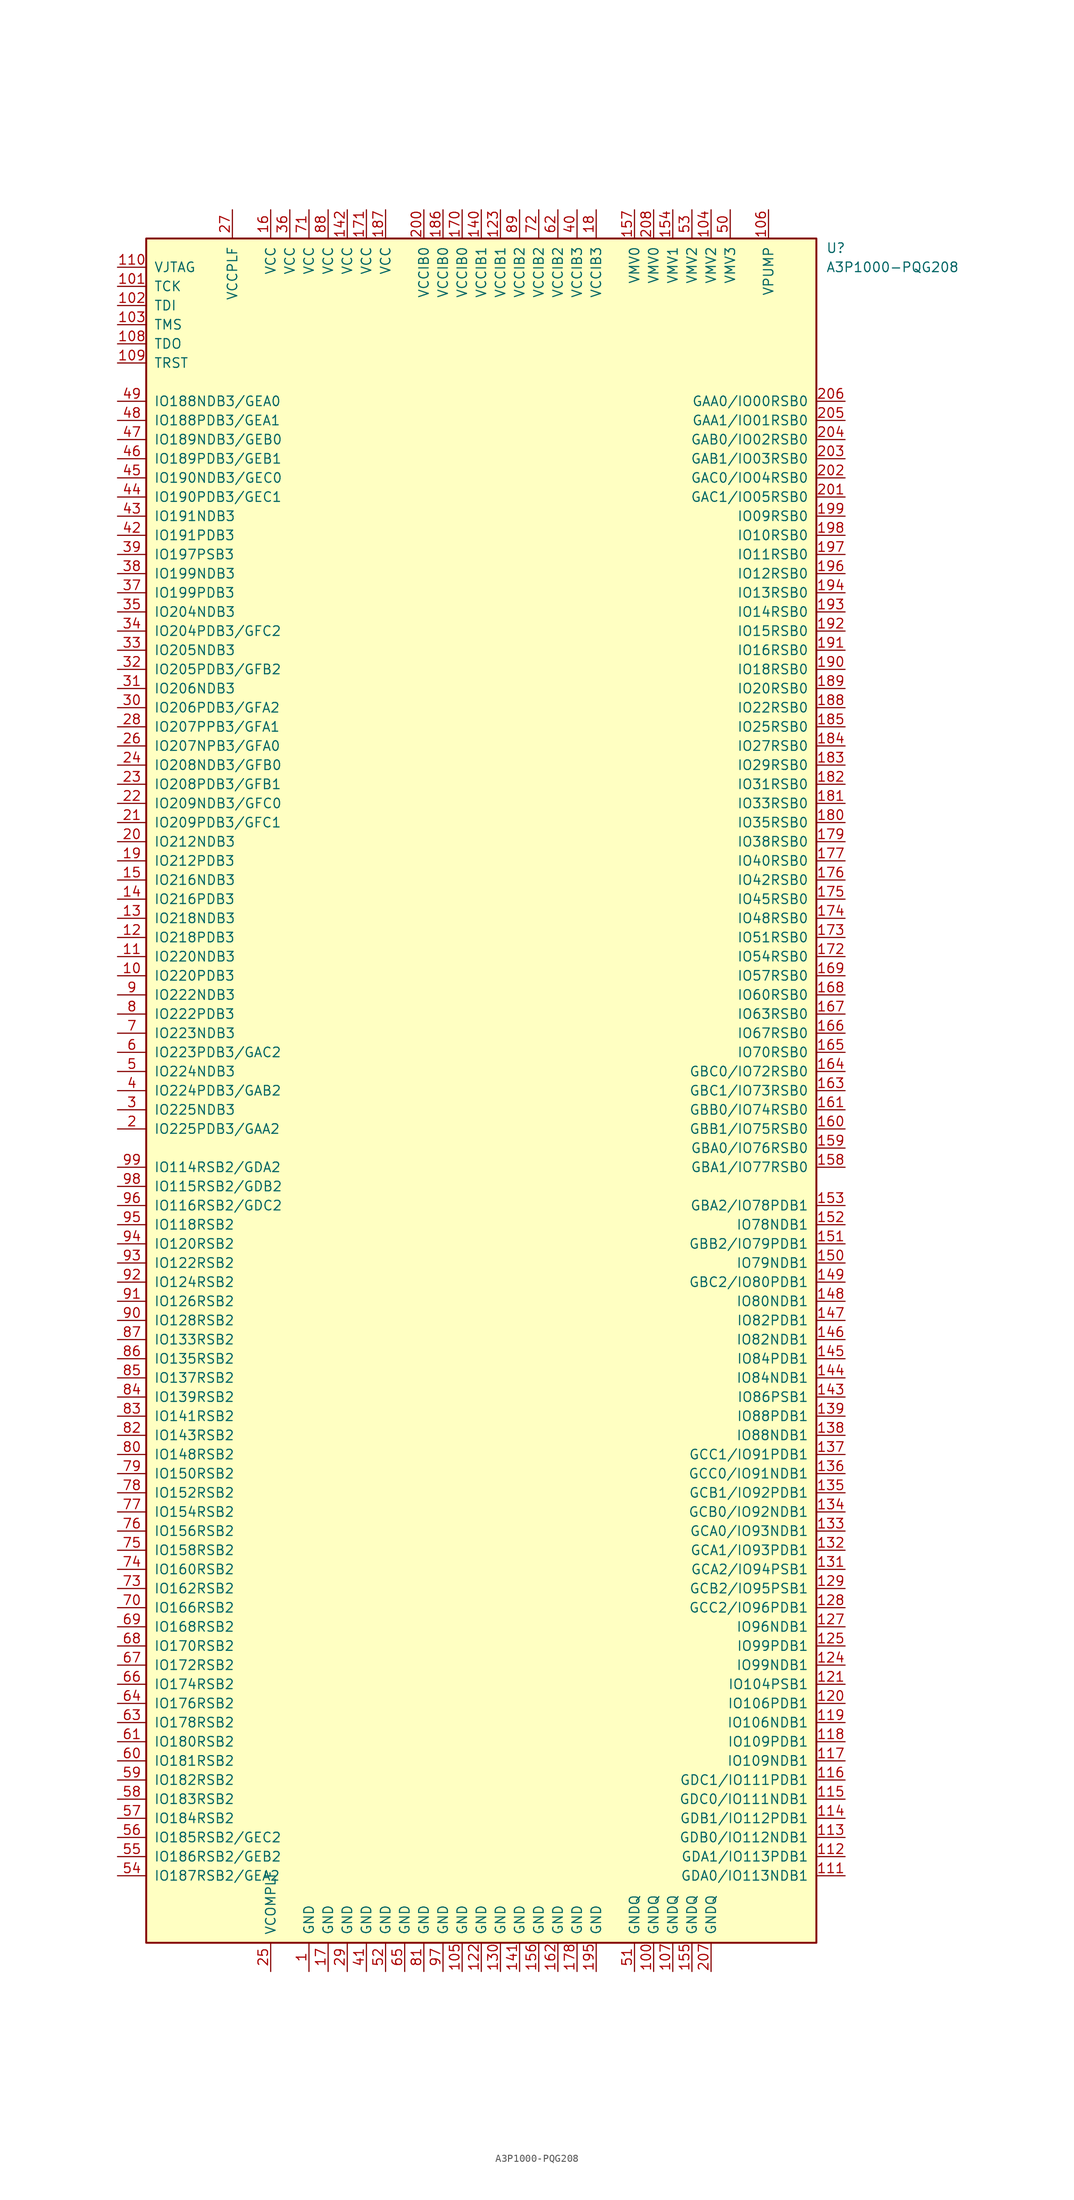
<source format=kicad_sym>
(kicad_symbol_lib
  (version 20201005)
  (generator kicad_symbol_editor)
  (symbol "A3P1000-PQG208"
    (pin_names
      (offset 1.016))
    (property "Reference" "U"
      (at 45.72 111.76 0)
      (effects (font (size 1.27 1.27)) (justify left)))
    (property "Value" "A3P1000-PQG208"
      (at 45.72 109.22 0)
      (effects (font (size 1.27 1.27)) (justify left)))
    (symbol "A3P1000-PQG208_1_0"
      (rectangle (start -44.45 -113.03) (end 44.45 113.03) (stroke (width 0.254)) (fill (type background))))
    (symbol "A3P1000-PQG208_1_1"
      (pin power_in line (at -22.86 -116.84 90) (length 3.81) (name "GND" (effects (font (size 1.27 1.27)))) (number "1" (effects (font (size 1.27 1.27)))))
      (pin bidirectional line (at -48.26 15.24 0) (length 3.81) (name "IO220PDB3" (effects (font (size 1.27 1.27)))) (number "10" (effects (font (size 1.27 1.27)))))
      (pin power_in line (at 22.86 -116.84 90) (length 3.81) (name "GNDQ" (effects (font (size 1.27 1.27)))) (number "100" (effects (font (size 1.27 1.27)))))
      (pin bidirectional line (at -48.26 106.68 0) (length 3.81) (name "TCK" (effects (font (size 1.27 1.27)))) (number "101" (effects (font (size 1.27 1.27)))))
      (pin bidirectional line (at -48.26 104.14 0) (length 3.81) (name "TDI" (effects (font (size 1.27 1.27)))) (number "102" (effects (font (size 1.27 1.27)))))
      (pin bidirectional line (at -48.26 101.6 0) (length 3.81) (name "TMS" (effects (font (size 1.27 1.27)))) (number "103" (effects (font (size 1.27 1.27)))))
      (pin power_in line (at 30.48 116.84 270) (length 3.81) (name "VMV2" (effects (font (size 1.27 1.27)))) (number "104" (effects (font (size 1.27 1.27)))))
      (pin power_in line (at -2.54 -116.84 90) (length 3.81) (name "GND" (effects (font (size 1.27 1.27)))) (number "105" (effects (font (size 1.27 1.27)))))
      (pin power_in line (at 38.1 116.84 270) (length 3.81) (name "VPUMP" (effects (font (size 1.27 1.27)))) (number "106" (effects (font (size 1.27 1.27)))))
      (pin power_in line (at 25.4 -116.84 90) (length 3.81) (name "GNDQ" (effects (font (size 1.27 1.27)))) (number "107" (effects (font (size 1.27 1.27)))))
      (pin bidirectional line (at -48.26 99.06 0) (length 3.81) (name "TDO" (effects (font (size 1.27 1.27)))) (number "108" (effects (font (size 1.27 1.27)))))
      (pin bidirectional line (at -48.26 96.52 0) (length 3.81) (name "TRST" (effects (font (size 1.27 1.27)))) (number "109" (effects (font (size 1.27 1.27)))))
      (pin bidirectional line (at -48.26 17.78 0) (length 3.81) (name "IO220NDB3" (effects (font (size 1.27 1.27)))) (number "11" (effects (font (size 1.27 1.27)))))
      (pin power_in line (at -48.26 109.22 0) (length 3.81) (name "VJTAG" (effects (font (size 1.27 1.27)))) (number "110" (effects (font (size 1.27 1.27)))))
      (pin bidirectional line (at 48.26 -104.14 180) (length 3.81) (name "GDA0/IO113NDB1" (effects (font (size 1.27 1.27)))) (number "111" (effects (font (size 1.27 1.27)))))
      (pin bidirectional line (at 48.26 -101.6 180) (length 3.81) (name "GDA1/IO113PDB1" (effects (font (size 1.27 1.27)))) (number "112" (effects (font (size 1.27 1.27)))))
      (pin bidirectional line (at 48.26 -99.06 180) (length 3.81) (name "GDB0/IO112NDB1" (effects (font (size 1.27 1.27)))) (number "113" (effects (font (size 1.27 1.27)))))
      (pin bidirectional line (at 48.26 -96.52 180) (length 3.81) (name "GDB1/IO112PDB1" (effects (font (size 1.27 1.27)))) (number "114" (effects (font (size 1.27 1.27)))))
      (pin bidirectional line (at 48.26 -93.98 180) (length 3.81) (name "GDC0/IO111NDB1" (effects (font (size 1.27 1.27)))) (number "115" (effects (font (size 1.27 1.27)))))
      (pin bidirectional line (at 48.26 -91.44 180) (length 3.81) (name "GDC1/IO111PDB1" (effects (font (size 1.27 1.27)))) (number "116" (effects (font (size 1.27 1.27)))))
      (pin bidirectional line (at 48.26 -88.9 180) (length 3.81) (name "IO109NDB1" (effects (font (size 1.27 1.27)))) (number "117" (effects (font (size 1.27 1.27)))))
      (pin bidirectional line (at 48.26 -86.36 180) (length 3.81) (name "IO109PDB1" (effects (font (size 1.27 1.27)))) (number "118" (effects (font (size 1.27 1.27)))))
      (pin bidirectional line (at 48.26 -83.82 180) (length 3.81) (name "IO106NDB1" (effects (font (size 1.27 1.27)))) (number "119" (effects (font (size 1.27 1.27)))))
      (pin bidirectional line (at -48.26 20.32 0) (length 3.81) (name "IO218PDB3" (effects (font (size 1.27 1.27)))) (number "12" (effects (font (size 1.27 1.27)))))
      (pin bidirectional line (at 48.26 -81.28 180) (length 3.81) (name "IO106PDB1" (effects (font (size 1.27 1.27)))) (number "120" (effects (font (size 1.27 1.27)))))
      (pin bidirectional line (at 48.26 -78.74 180) (length 3.81) (name "IO104PSB1" (effects (font (size 1.27 1.27)))) (number "121" (effects (font (size 1.27 1.27)))))
      (pin power_in line (at 0 -116.84 90) (length 3.81) (name "GND" (effects (font (size 1.27 1.27)))) (number "122" (effects (font (size 1.27 1.27)))))
      (pin power_in line (at 2.54 116.84 270) (length 3.81) (name "VCCIB1" (effects (font (size 1.27 1.27)))) (number "123" (effects (font (size 1.27 1.27)))))
      (pin bidirectional line (at 48.26 -76.2 180) (length 3.81) (name "IO99NDB1" (effects (font (size 1.27 1.27)))) (number "124" (effects (font (size 1.27 1.27)))))
      (pin bidirectional line (at 48.26 -73.66 180) (length 3.81) (name "IO99PDB1" (effects (font (size 1.27 1.27)))) (number "125" (effects (font (size 1.27 1.27)))))
      (pin bidirectional line (at 48.26 -71.12 180) (length 3.81) (name "IO96NDB1" (effects (font (size 1.27 1.27)))) (number "127" (effects (font (size 1.27 1.27)))))
      (pin bidirectional line (at 48.26 -68.58 180) (length 3.81) (name "GCC2/IO96PDB1" (effects (font (size 1.27 1.27)))) (number "128" (effects (font (size 1.27 1.27)))))
      (pin bidirectional line (at 48.26 -66.04 180) (length 3.81) (name "GCB2/IO95PSB1" (effects (font (size 1.27 1.27)))) (number "129" (effects (font (size 1.27 1.27)))))
      (pin bidirectional line (at -48.26 22.86 0) (length 3.81) (name "IO218NDB3" (effects (font (size 1.27 1.27)))) (number "13" (effects (font (size 1.27 1.27)))))
      (pin power_in line (at 2.54 -116.84 90) (length 3.81) (name "GND" (effects (font (size 1.27 1.27)))) (number "130" (effects (font (size 1.27 1.27)))))
      (pin bidirectional line (at 48.26 -63.5 180) (length 3.81) (name "GCA2/IO94PSB1" (effects (font (size 1.27 1.27)))) (number "131" (effects (font (size 1.27 1.27)))))
      (pin bidirectional line (at 48.26 -60.96 180) (length 3.81) (name "GCA1/IO93PDB1" (effects (font (size 1.27 1.27)))) (number "132" (effects (font (size 1.27 1.27)))))
      (pin bidirectional line (at 48.26 -58.42 180) (length 3.81) (name "GCA0/IO93NDB1" (effects (font (size 1.27 1.27)))) (number "133" (effects (font (size 1.27 1.27)))))
      (pin bidirectional line (at 48.26 -55.88 180) (length 3.81) (name "GCB0/IO92NDB1" (effects (font (size 1.27 1.27)))) (number "134" (effects (font (size 1.27 1.27)))))
      (pin bidirectional line (at 48.26 -53.34 180) (length 3.81) (name "GCB1/IO92PDB1" (effects (font (size 1.27 1.27)))) (number "135" (effects (font (size 1.27 1.27)))))
      (pin bidirectional line (at 48.26 -50.8 180) (length 3.81) (name "GCC0/IO91NDB1" (effects (font (size 1.27 1.27)))) (number "136" (effects (font (size 1.27 1.27)))))
      (pin bidirectional line (at 48.26 -48.26 180) (length 3.81) (name "GCC1/IO91PDB1" (effects (font (size 1.27 1.27)))) (number "137" (effects (font (size 1.27 1.27)))))
      (pin bidirectional line (at 48.26 -45.72 180) (length 3.81) (name "IO88NDB1" (effects (font (size 1.27 1.27)))) (number "138" (effects (font (size 1.27 1.27)))))
      (pin bidirectional line (at 48.26 -43.18 180) (length 3.81) (name "IO88PDB1" (effects (font (size 1.27 1.27)))) (number "139" (effects (font (size 1.27 1.27)))))
      (pin bidirectional line (at -48.26 25.4 0) (length 3.81) (name "IO216PDB3" (effects (font (size 1.27 1.27)))) (number "14" (effects (font (size 1.27 1.27)))))
      (pin power_in line (at 0 116.84 270) (length 3.81) (name "VCCIB1" (effects (font (size 1.27 1.27)))) (number "140" (effects (font (size 1.27 1.27)))))
      (pin power_in line (at 5.08 -116.84 90) (length 3.81) (name "GND" (effects (font (size 1.27 1.27)))) (number "141" (effects (font (size 1.27 1.27)))))
      (pin power_in line (at -17.78 116.84 270) (length 3.81) (name "VCC" (effects (font (size 1.27 1.27)))) (number "142" (effects (font (size 1.27 1.27)))))
      (pin bidirectional line (at 48.26 -40.64 180) (length 3.81) (name "IO86PSB1" (effects (font (size 1.27 1.27)))) (number "143" (effects (font (size 1.27 1.27)))))
      (pin bidirectional line (at 48.26 -38.1 180) (length 3.81) (name "IO84NDB1" (effects (font (size 1.27 1.27)))) (number "144" (effects (font (size 1.27 1.27)))))
      (pin bidirectional line (at 48.26 -35.56 180) (length 3.81) (name "IO84PDB1" (effects (font (size 1.27 1.27)))) (number "145" (effects (font (size 1.27 1.27)))))
      (pin bidirectional line (at 48.26 -33.02 180) (length 3.81) (name "IO82NDB1" (effects (font (size 1.27 1.27)))) (number "146" (effects (font (size 1.27 1.27)))))
      (pin bidirectional line (at 48.26 -30.48 180) (length 3.81) (name "IO82PDB1" (effects (font (size 1.27 1.27)))) (number "147" (effects (font (size 1.27 1.27)))))
      (pin bidirectional line (at 48.26 -27.94 180) (length 3.81) (name "IO80NDB1" (effects (font (size 1.27 1.27)))) (number "148" (effects (font (size 1.27 1.27)))))
      (pin bidirectional line (at 48.26 -25.4 180) (length 3.81) (name "GBC2/IO80PDB1" (effects (font (size 1.27 1.27)))) (number "149" (effects (font (size 1.27 1.27)))))
      (pin bidirectional line (at -48.26 27.94 0) (length 3.81) (name "IO216NDB3" (effects (font (size 1.27 1.27)))) (number "15" (effects (font (size 1.27 1.27)))))
      (pin bidirectional line (at 48.26 -22.86 180) (length 3.81) (name "IO79NDB1" (effects (font (size 1.27 1.27)))) (number "150" (effects (font (size 1.27 1.27)))))
      (pin bidirectional line (at 48.26 -20.32 180) (length 3.81) (name "GBB2/IO79PDB1" (effects (font (size 1.27 1.27)))) (number "151" (effects (font (size 1.27 1.27)))))
      (pin bidirectional line (at 48.26 -17.78 180) (length 3.81) (name "IO78NDB1" (effects (font (size 1.27 1.27)))) (number "152" (effects (font (size 1.27 1.27)))))
      (pin bidirectional line (at 48.26 -15.24 180) (length 3.81) (name "GBA2/IO78PDB1" (effects (font (size 1.27 1.27)))) (number "153" (effects (font (size 1.27 1.27)))))
      (pin power_in line (at 25.4 116.84 270) (length 3.81) (name "VMV1" (effects (font (size 1.27 1.27)))) (number "154" (effects (font (size 1.27 1.27)))))
      (pin power_in line (at 27.94 -116.84 90) (length 3.81) (name "GNDQ" (effects (font (size 1.27 1.27)))) (number "155" (effects (font (size 1.27 1.27)))))
      (pin power_in line (at 7.62 -116.84 90) (length 3.81) (name "GND" (effects (font (size 1.27 1.27)))) (number "156" (effects (font (size 1.27 1.27)))))
      (pin power_in line (at 20.32 116.84 270) (length 3.81) (name "VMV0" (effects (font (size 1.27 1.27)))) (number "157" (effects (font (size 1.27 1.27)))))
      (pin bidirectional line (at 48.26 -10.16 180) (length 3.81) (name "GBA1/IO77RSB0" (effects (font (size 1.27 1.27)))) (number "158" (effects (font (size 1.27 1.27)))))
      (pin bidirectional line (at 48.26 -7.62 180) (length 3.81) (name "GBA0/IO76RSB0" (effects (font (size 1.27 1.27)))) (number "159" (effects (font (size 1.27 1.27)))))
      (pin power_in line (at -27.94 116.84 270) (length 3.81) (name "VCC" (effects (font (size 1.27 1.27)))) (number "16" (effects (font (size 1.27 1.27)))))
      (pin bidirectional line (at 48.26 -5.08 180) (length 3.81) (name "GBB1/IO75RSB0" (effects (font (size 1.27 1.27)))) (number "160" (effects (font (size 1.27 1.27)))))
      (pin bidirectional line (at 48.26 -2.54 180) (length 3.81) (name "GBB0/IO74RSB0" (effects (font (size 1.27 1.27)))) (number "161" (effects (font (size 1.27 1.27)))))
      (pin power_in line (at 10.16 -116.84 90) (length 3.81) (name "GND" (effects (font (size 1.27 1.27)))) (number "162" (effects (font (size 1.27 1.27)))))
      (pin bidirectional line (at 48.26 0 180) (length 3.81) (name "GBC1/IO73RSB0" (effects (font (size 1.27 1.27)))) (number "163" (effects (font (size 1.27 1.27)))))
      (pin bidirectional line (at 48.26 2.54 180) (length 3.81) (name "GBC0/IO72RSB0" (effects (font (size 1.27 1.27)))) (number "164" (effects (font (size 1.27 1.27)))))
      (pin bidirectional line (at 48.26 5.08 180) (length 3.81) (name "IO70RSB0" (effects (font (size 1.27 1.27)))) (number "165" (effects (font (size 1.27 1.27)))))
      (pin bidirectional line (at 48.26 7.62 180) (length 3.81) (name "IO67RSB0" (effects (font (size 1.27 1.27)))) (number "166" (effects (font (size 1.27 1.27)))))
      (pin bidirectional line (at 48.26 10.16 180) (length 3.81) (name "IO63RSB0" (effects (font (size 1.27 1.27)))) (number "167" (effects (font (size 1.27 1.27)))))
      (pin bidirectional line (at 48.26 12.7 180) (length 3.81) (name "IO60RSB0" (effects (font (size 1.27 1.27)))) (number "168" (effects (font (size 1.27 1.27)))))
      (pin bidirectional line (at 48.26 15.24 180) (length 3.81) (name "IO57RSB0" (effects (font (size 1.27 1.27)))) (number "169" (effects (font (size 1.27 1.27)))))
      (pin power_in line (at -20.32 -116.84 90) (length 3.81) (name "GND" (effects (font (size 1.27 1.27)))) (number "17" (effects (font (size 1.27 1.27)))))
      (pin power_in line (at -2.54 116.84 270) (length 3.81) (name "VCCIB0" (effects (font (size 1.27 1.27)))) (number "170" (effects (font (size 1.27 1.27)))))
      (pin power_in line (at -15.24 116.84 270) (length 3.81) (name "VCC" (effects (font (size 1.27 1.27)))) (number "171" (effects (font (size 1.27 1.27)))))
      (pin bidirectional line (at 48.26 17.78 180) (length 3.81) (name "IO54RSB0" (effects (font (size 1.27 1.27)))) (number "172" (effects (font (size 1.27 1.27)))))
      (pin bidirectional line (at 48.26 20.32 180) (length 3.81) (name "IO51RSB0" (effects (font (size 1.27 1.27)))) (number "173" (effects (font (size 1.27 1.27)))))
      (pin bidirectional line (at 48.26 22.86 180) (length 3.81) (name "IO48RSB0" (effects (font (size 1.27 1.27)))) (number "174" (effects (font (size 1.27 1.27)))))
      (pin bidirectional line (at 48.26 25.4 180) (length 3.81) (name "IO45RSB0" (effects (font (size 1.27 1.27)))) (number "175" (effects (font (size 1.27 1.27)))))
      (pin bidirectional line (at 48.26 27.94 180) (length 3.81) (name "IO42RSB0" (effects (font (size 1.27 1.27)))) (number "176" (effects (font (size 1.27 1.27)))))
      (pin bidirectional line (at 48.26 30.48 180) (length 3.81) (name "IO40RSB0" (effects (font (size 1.27 1.27)))) (number "177" (effects (font (size 1.27 1.27)))))
      (pin power_in line (at 12.7 -116.84 90) (length 3.81) (name "GND" (effects (font (size 1.27 1.27)))) (number "178" (effects (font (size 1.27 1.27)))))
      (pin bidirectional line (at 48.26 33.02 180) (length 3.81) (name "IO38RSB0" (effects (font (size 1.27 1.27)))) (number "179" (effects (font (size 1.27 1.27)))))
      (pin power_in line (at 15.24 116.84 270) (length 3.81) (name "VCCIB3" (effects (font (size 1.27 1.27)))) (number "18" (effects (font (size 1.27 1.27)))))
      (pin bidirectional line (at 48.26 35.56 180) (length 3.81) (name "IO35RSB0" (effects (font (size 1.27 1.27)))) (number "180" (effects (font (size 1.27 1.27)))))
      (pin bidirectional line (at 48.26 38.1 180) (length 3.81) (name "IO33RSB0" (effects (font (size 1.27 1.27)))) (number "181" (effects (font (size 1.27 1.27)))))
      (pin bidirectional line (at 48.26 40.64 180) (length 3.81) (name "IO31RSB0" (effects (font (size 1.27 1.27)))) (number "182" (effects (font (size 1.27 1.27)))))
      (pin bidirectional line (at 48.26 43.18 180) (length 3.81) (name "IO29RSB0" (effects (font (size 1.27 1.27)))) (number "183" (effects (font (size 1.27 1.27)))))
      (pin bidirectional line (at 48.26 45.72 180) (length 3.81) (name "IO27RSB0" (effects (font (size 1.27 1.27)))) (number "184" (effects (font (size 1.27 1.27)))))
      (pin bidirectional line (at 48.26 48.26 180) (length 3.81) (name "IO25RSB0" (effects (font (size 1.27 1.27)))) (number "185" (effects (font (size 1.27 1.27)))))
      (pin power_in line (at -5.08 116.84 270) (length 3.81) (name "VCCIB0" (effects (font (size 1.27 1.27)))) (number "186" (effects (font (size 1.27 1.27)))))
      (pin power_in line (at -12.7 116.84 270) (length 3.81) (name "VCC" (effects (font (size 1.27 1.27)))) (number "187" (effects (font (size 1.27 1.27)))))
      (pin bidirectional line (at 48.26 50.8 180) (length 3.81) (name "IO22RSB0" (effects (font (size 1.27 1.27)))) (number "188" (effects (font (size 1.27 1.27)))))
      (pin bidirectional line (at 48.26 53.34 180) (length 3.81) (name "IO20RSB0" (effects (font (size 1.27 1.27)))) (number "189" (effects (font (size 1.27 1.27)))))
      (pin bidirectional line (at -48.26 30.48 0) (length 3.81) (name "IO212PDB3" (effects (font (size 1.27 1.27)))) (number "19" (effects (font (size 1.27 1.27)))))
      (pin bidirectional line (at 48.26 55.88 180) (length 3.81) (name "IO18RSB0" (effects (font (size 1.27 1.27)))) (number "190" (effects (font (size 1.27 1.27)))))
      (pin bidirectional line (at 48.26 58.42 180) (length 3.81) (name "IO16RSB0" (effects (font (size 1.27 1.27)))) (number "191" (effects (font (size 1.27 1.27)))))
      (pin bidirectional line (at 48.26 60.96 180) (length 3.81) (name "IO15RSB0" (effects (font (size 1.27 1.27)))) (number "192" (effects (font (size 1.27 1.27)))))
      (pin bidirectional line (at 48.26 63.5 180) (length 3.81) (name "IO14RSB0" (effects (font (size 1.27 1.27)))) (number "193" (effects (font (size 1.27 1.27)))))
      (pin bidirectional line (at 48.26 66.04 180) (length 3.81) (name "IO13RSB0" (effects (font (size 1.27 1.27)))) (number "194" (effects (font (size 1.27 1.27)))))
      (pin power_in line (at 15.24 -116.84 90) (length 3.81) (name "GND" (effects (font (size 1.27 1.27)))) (number "195" (effects (font (size 1.27 1.27)))))
      (pin bidirectional line (at 48.26 68.58 180) (length 3.81) (name "IO12RSB0" (effects (font (size 1.27 1.27)))) (number "196" (effects (font (size 1.27 1.27)))))
      (pin bidirectional line (at 48.26 71.12 180) (length 3.81) (name "IO11RSB0" (effects (font (size 1.27 1.27)))) (number "197" (effects (font (size 1.27 1.27)))))
      (pin bidirectional line (at 48.26 73.66 180) (length 3.81) (name "IO10RSB0" (effects (font (size 1.27 1.27)))) (number "198" (effects (font (size 1.27 1.27)))))
      (pin bidirectional line (at 48.26 76.2 180) (length 3.81) (name "IO09RSB0" (effects (font (size 1.27 1.27)))) (number "199" (effects (font (size 1.27 1.27)))))
      (pin bidirectional line (at -48.26 -5.08 0) (length 3.81) (name "IO225PDB3/GAA2" (effects (font (size 1.27 1.27)))) (number "2" (effects (font (size 1.27 1.27)))))
      (pin bidirectional line (at -48.26 33.02 0) (length 3.81) (name "IO212NDB3" (effects (font (size 1.27 1.27)))) (number "20" (effects (font (size 1.27 1.27)))))
      (pin power_in line (at -7.62 116.84 270) (length 3.81) (name "VCCIB0" (effects (font (size 1.27 1.27)))) (number "200" (effects (font (size 1.27 1.27)))))
      (pin bidirectional line (at 48.26 78.74 180) (length 3.81) (name "GAC1/IO05RSB0" (effects (font (size 1.27 1.27)))) (number "201" (effects (font (size 1.27 1.27)))))
      (pin bidirectional line (at 48.26 81.28 180) (length 3.81) (name "GAC0/IO04RSB0" (effects (font (size 1.27 1.27)))) (number "202" (effects (font (size 1.27 1.27)))))
      (pin bidirectional line (at 48.26 83.82 180) (length 3.81) (name "GAB1/IO03RSB0" (effects (font (size 1.27 1.27)))) (number "203" (effects (font (size 1.27 1.27)))))
      (pin bidirectional line (at 48.26 86.36 180) (length 3.81) (name "GAB0/IO02RSB0" (effects (font (size 1.27 1.27)))) (number "204" (effects (font (size 1.27 1.27)))))
      (pin bidirectional line (at 48.26 88.9 180) (length 3.81) (name "GAA1/IO01RSB0" (effects (font (size 1.27 1.27)))) (number "205" (effects (font (size 1.27 1.27)))))
      (pin bidirectional line (at 48.26 91.44 180) (length 3.81) (name "GAA0/IO00RSB0" (effects (font (size 1.27 1.27)))) (number "206" (effects (font (size 1.27 1.27)))))
      (pin power_in line (at 30.48 -116.84 90) (length 3.81) (name "GNDQ" (effects (font (size 1.27 1.27)))) (number "207" (effects (font (size 1.27 1.27)))))
      (pin power_in line (at 22.86 116.84 270) (length 3.81) (name "VMV0" (effects (font (size 1.27 1.27)))) (number "208" (effects (font (size 1.27 1.27)))))
      (pin bidirectional line (at -48.26 35.56 0) (length 3.81) (name "IO209PDB3/GFC1" (effects (font (size 1.27 1.27)))) (number "21" (effects (font (size 1.27 1.27)))))
      (pin bidirectional line (at -48.26 38.1 0) (length 3.81) (name "IO209NDB3/GFC0" (effects (font (size 1.27 1.27)))) (number "22" (effects (font (size 1.27 1.27)))))
      (pin bidirectional line (at -48.26 40.64 0) (length 3.81) (name "IO208PDB3/GFB1" (effects (font (size 1.27 1.27)))) (number "23" (effects (font (size 1.27 1.27)))))
      (pin bidirectional line (at -48.26 43.18 0) (length 3.81) (name "IO208NDB3/GFB0" (effects (font (size 1.27 1.27)))) (number "24" (effects (font (size 1.27 1.27)))))
      (pin power_in line (at -27.94 -116.84 90) (length 3.81) (name "VCOMPLF" (effects (font (size 1.27 1.27)))) (number "25" (effects (font (size 1.27 1.27)))))
      (pin bidirectional line (at -48.26 45.72 0) (length 3.81) (name "IO207NPB3/GFA0" (effects (font (size 1.27 1.27)))) (number "26" (effects (font (size 1.27 1.27)))))
      (pin power_in line (at -33.02 116.84 270) (length 3.81) (name "VCCPLF" (effects (font (size 1.27 1.27)))) (number "27" (effects (font (size 1.27 1.27)))))
      (pin bidirectional line (at -48.26 48.26 0) (length 3.81) (name "IO207PPB3/GFA1" (effects (font (size 1.27 1.27)))) (number "28" (effects (font (size 1.27 1.27)))))
      (pin power_in line (at -17.78 -116.84 90) (length 3.81) (name "GND" (effects (font (size 1.27 1.27)))) (number "29" (effects (font (size 1.27 1.27)))))
      (pin bidirectional line (at -48.26 -2.54 0) (length 3.81) (name "IO225NDB3" (effects (font (size 1.27 1.27)))) (number "3" (effects (font (size 1.27 1.27)))))
      (pin bidirectional line (at -48.26 50.8 0) (length 3.81) (name "IO206PDB3/GFA2" (effects (font (size 1.27 1.27)))) (number "30" (effects (font (size 1.27 1.27)))))
      (pin bidirectional line (at -48.26 53.34 0) (length 3.81) (name "IO206NDB3" (effects (font (size 1.27 1.27)))) (number "31" (effects (font (size 1.27 1.27)))))
      (pin bidirectional line (at -48.26 55.88 0) (length 3.81) (name "IO205PDB3/GFB2" (effects (font (size 1.27 1.27)))) (number "32" (effects (font (size 1.27 1.27)))))
      (pin bidirectional line (at -48.26 58.42 0) (length 3.81) (name "IO205NDB3" (effects (font (size 1.27 1.27)))) (number "33" (effects (font (size 1.27 1.27)))))
      (pin bidirectional line (at -48.26 60.96 0) (length 3.81) (name "IO204PDB3/GFC2" (effects (font (size 1.27 1.27)))) (number "34" (effects (font (size 1.27 1.27)))))
      (pin bidirectional line (at -48.26 63.5 0) (length 3.81) (name "IO204NDB3" (effects (font (size 1.27 1.27)))) (number "35" (effects (font (size 1.27 1.27)))))
      (pin power_in line (at -25.4 116.84 270) (length 3.81) (name "VCC" (effects (font (size 1.27 1.27)))) (number "36" (effects (font (size 1.27 1.27)))))
      (pin bidirectional line (at -48.26 66.04 0) (length 3.81) (name "IO199PDB3" (effects (font (size 1.27 1.27)))) (number "37" (effects (font (size 1.27 1.27)))))
      (pin bidirectional line (at -48.26 68.58 0) (length 3.81) (name "IO199NDB3" (effects (font (size 1.27 1.27)))) (number "38" (effects (font (size 1.27 1.27)))))
      (pin bidirectional line (at -48.26 71.12 0) (length 3.81) (name "IO197PSB3" (effects (font (size 1.27 1.27)))) (number "39" (effects (font (size 1.27 1.27)))))
      (pin bidirectional line (at -48.26 0 0) (length 3.81) (name "IO224PDB3/GAB2" (effects (font (size 1.27 1.27)))) (number "4" (effects (font (size 1.27 1.27)))))
      (pin power_in line (at 12.7 116.84 270) (length 3.81) (name "VCCIB3" (effects (font (size 1.27 1.27)))) (number "40" (effects (font (size 1.27 1.27)))))
      (pin power_in line (at -15.24 -116.84 90) (length 3.81) (name "GND" (effects (font (size 1.27 1.27)))) (number "41" (effects (font (size 1.27 1.27)))))
      (pin bidirectional line (at -48.26 73.66 0) (length 3.81) (name "IO191PDB3" (effects (font (size 1.27 1.27)))) (number "42" (effects (font (size 1.27 1.27)))))
      (pin bidirectional line (at -48.26 76.2 0) (length 3.81) (name "IO191NDB3" (effects (font (size 1.27 1.27)))) (number "43" (effects (font (size 1.27 1.27)))))
      (pin bidirectional line (at -48.26 78.74 0) (length 3.81) (name "IO190PDB3/GEC1" (effects (font (size 1.27 1.27)))) (number "44" (effects (font (size 1.27 1.27)))))
      (pin bidirectional line (at -48.26 81.28 0) (length 3.81) (name "IO190NDB3/GEC0" (effects (font (size 1.27 1.27)))) (number "45" (effects (font (size 1.27 1.27)))))
      (pin bidirectional line (at -48.26 83.82 0) (length 3.81) (name "IO189PDB3/GEB1" (effects (font (size 1.27 1.27)))) (number "46" (effects (font (size 1.27 1.27)))))
      (pin bidirectional line (at -48.26 86.36 0) (length 3.81) (name "IO189NDB3/GEB0" (effects (font (size 1.27 1.27)))) (number "47" (effects (font (size 1.27 1.27)))))
      (pin bidirectional line (at -48.26 88.9 0) (length 3.81) (name "IO188PDB3/GEA1" (effects (font (size 1.27 1.27)))) (number "48" (effects (font (size 1.27 1.27)))))
      (pin bidirectional line (at -48.26 91.44 0) (length 3.81) (name "IO188NDB3/GEA0" (effects (font (size 1.27 1.27)))) (number "49" (effects (font (size 1.27 1.27)))))
      (pin bidirectional line (at -48.26 2.54 0) (length 3.81) (name "IO224NDB3" (effects (font (size 1.27 1.27)))) (number "5" (effects (font (size 1.27 1.27)))))
      (pin power_in line (at 33.02 116.84 270) (length 3.81) (name "VMV3" (effects (font (size 1.27 1.27)))) (number "50" (effects (font (size 1.27 1.27)))))
      (pin power_in line (at 20.32 -116.84 90) (length 3.81) (name "GNDQ" (effects (font (size 1.27 1.27)))) (number "51" (effects (font (size 1.27 1.27)))))
      (pin power_in line (at -12.7 -116.84 90) (length 3.81) (name "GND" (effects (font (size 1.27 1.27)))) (number "52" (effects (font (size 1.27 1.27)))))
      (pin power_in line (at 27.94 116.84 270) (length 3.81) (name "VMV2" (effects (font (size 1.27 1.27)))) (number "53" (effects (font (size 1.27 1.27)))))
      (pin bidirectional line (at -48.26 -104.14 0) (length 3.81) (name "IO187RSB2/GEA2" (effects (font (size 1.27 1.27)))) (number "54" (effects (font (size 1.27 1.27)))))
      (pin bidirectional line (at -48.26 -101.6 0) (length 3.81) (name "IO186RSB2/GEB2" (effects (font (size 1.27 1.27)))) (number "55" (effects (font (size 1.27 1.27)))))
      (pin bidirectional line (at -48.26 -99.06 0) (length 3.81) (name "IO185RSB2/GEC2" (effects (font (size 1.27 1.27)))) (number "56" (effects (font (size 1.27 1.27)))))
      (pin bidirectional line (at -48.26 -96.52 0) (length 3.81) (name "IO184RSB2" (effects (font (size 1.27 1.27)))) (number "57" (effects (font (size 1.27 1.27)))))
      (pin bidirectional line (at -48.26 -93.98 0) (length 3.81) (name "IO183RSB2" (effects (font (size 1.27 1.27)))) (number "58" (effects (font (size 1.27 1.27)))))
      (pin bidirectional line (at -48.26 -91.44 0) (length 3.81) (name "IO182RSB2" (effects (font (size 1.27 1.27)))) (number "59" (effects (font (size 1.27 1.27)))))
      (pin bidirectional line (at -48.26 5.08 0) (length 3.81) (name "IO223PDB3/GAC2" (effects (font (size 1.27 1.27)))) (number "6" (effects (font (size 1.27 1.27)))))
      (pin bidirectional line (at -48.26 -88.9 0) (length 3.81) (name "IO181RSB2" (effects (font (size 1.27 1.27)))) (number "60" (effects (font (size 1.27 1.27)))))
      (pin bidirectional line (at -48.26 -86.36 0) (length 3.81) (name "IO180RSB2" (effects (font (size 1.27 1.27)))) (number "61" (effects (font (size 1.27 1.27)))))
      (pin power_in line (at 10.16 116.84 270) (length 3.81) (name "VCCIB2" (effects (font (size 1.27 1.27)))) (number "62" (effects (font (size 1.27 1.27)))))
      (pin bidirectional line (at -48.26 -83.82 0) (length 3.81) (name "IO178RSB2" (effects (font (size 1.27 1.27)))) (number "63" (effects (font (size 1.27 1.27)))))
      (pin bidirectional line (at -48.26 -81.28 0) (length 3.81) (name "IO176RSB2" (effects (font (size 1.27 1.27)))) (number "64" (effects (font (size 1.27 1.27)))))
      (pin power_in line (at -10.16 -116.84 90) (length 3.81) (name "GND" (effects (font (size 1.27 1.27)))) (number "65" (effects (font (size 1.27 1.27)))))
      (pin bidirectional line (at -48.26 -78.74 0) (length 3.81) (name "IO174RSB2" (effects (font (size 1.27 1.27)))) (number "66" (effects (font (size 1.27 1.27)))))
      (pin bidirectional line (at -48.26 -76.2 0) (length 3.81) (name "IO172RSB2" (effects (font (size 1.27 1.27)))) (number "67" (effects (font (size 1.27 1.27)))))
      (pin bidirectional line (at -48.26 -73.66 0) (length 3.81) (name "IO170RSB2" (effects (font (size 1.27 1.27)))) (number "68" (effects (font (size 1.27 1.27)))))
      (pin bidirectional line (at -48.26 -71.12 0) (length 3.81) (name "IO168RSB2" (effects (font (size 1.27 1.27)))) (number "69" (effects (font (size 1.27 1.27)))))
      (pin bidirectional line (at -48.26 7.62 0) (length 3.81) (name "IO223NDB3" (effects (font (size 1.27 1.27)))) (number "7" (effects (font (size 1.27 1.27)))))
      (pin bidirectional line (at -48.26 -68.58 0) (length 3.81) (name "IO166RSB2" (effects (font (size 1.27 1.27)))) (number "70" (effects (font (size 1.27 1.27)))))
      (pin power_in line (at -22.86 116.84 270) (length 3.81) (name "VCC" (effects (font (size 1.27 1.27)))) (number "71" (effects (font (size 1.27 1.27)))))
      (pin power_in line (at 7.62 116.84 270) (length 3.81) (name "VCCIB2" (effects (font (size 1.27 1.27)))) (number "72" (effects (font (size 1.27 1.27)))))
      (pin bidirectional line (at -48.26 -66.04 0) (length 3.81) (name "IO162RSB2" (effects (font (size 1.27 1.27)))) (number "73" (effects (font (size 1.27 1.27)))))
      (pin bidirectional line (at -48.26 -63.5 0) (length 3.81) (name "IO160RSB2" (effects (font (size 1.27 1.27)))) (number "74" (effects (font (size 1.27 1.27)))))
      (pin bidirectional line (at -48.26 -60.96 0) (length 3.81) (name "IO158RSB2" (effects (font (size 1.27 1.27)))) (number "75" (effects (font (size 1.27 1.27)))))
      (pin bidirectional line (at -48.26 -58.42 0) (length 3.81) (name "IO156RSB2" (effects (font (size 1.27 1.27)))) (number "76" (effects (font (size 1.27 1.27)))))
      (pin bidirectional line (at -48.26 -55.88 0) (length 3.81) (name "IO154RSB2" (effects (font (size 1.27 1.27)))) (number "77" (effects (font (size 1.27 1.27)))))
      (pin bidirectional line (at -48.26 -53.34 0) (length 3.81) (name "IO152RSB2" (effects (font (size 1.27 1.27)))) (number "78" (effects (font (size 1.27 1.27)))))
      (pin bidirectional line (at -48.26 -50.8 0) (length 3.81) (name "IO150RSB2" (effects (font (size 1.27 1.27)))) (number "79" (effects (font (size 1.27 1.27)))))
      (pin bidirectional line (at -48.26 10.16 0) (length 3.81) (name "IO222PDB3" (effects (font (size 1.27 1.27)))) (number "8" (effects (font (size 1.27 1.27)))))
      (pin bidirectional line (at -48.26 -48.26 0) (length 3.81) (name "IO148RSB2" (effects (font (size 1.27 1.27)))) (number "80" (effects (font (size 1.27 1.27)))))
      (pin power_in line (at -7.62 -116.84 90) (length 3.81) (name "GND" (effects (font (size 1.27 1.27)))) (number "81" (effects (font (size 1.27 1.27)))))
      (pin bidirectional line (at -48.26 -45.72 0) (length 3.81) (name "IO143RSB2" (effects (font (size 1.27 1.27)))) (number "82" (effects (font (size 1.27 1.27)))))
      (pin bidirectional line (at -48.26 -43.18 0) (length 3.81) (name "IO141RSB2" (effects (font (size 1.27 1.27)))) (number "83" (effects (font (size 1.27 1.27)))))
      (pin bidirectional line (at -48.26 -40.64 0) (length 3.81) (name "IO139RSB2" (effects (font (size 1.27 1.27)))) (number "84" (effects (font (size 1.27 1.27)))))
      (pin bidirectional line (at -48.26 -38.1 0) (length 3.81) (name "IO137RSB2" (effects (font (size 1.27 1.27)))) (number "85" (effects (font (size 1.27 1.27)))))
      (pin bidirectional line (at -48.26 -35.56 0) (length 3.81) (name "IO135RSB2" (effects (font (size 1.27 1.27)))) (number "86" (effects (font (size 1.27 1.27)))))
      (pin bidirectional line (at -48.26 -33.02 0) (length 3.81) (name "IO133RSB2" (effects (font (size 1.27 1.27)))) (number "87" (effects (font (size 1.27 1.27)))))
      (pin power_in line (at -20.32 116.84 270) (length 3.81) (name "VCC" (effects (font (size 1.27 1.27)))) (number "88" (effects (font (size 1.27 1.27)))))
      (pin power_in line (at 5.08 116.84 270) (length 3.81) (name "VCCIB2" (effects (font (size 1.27 1.27)))) (number "89" (effects (font (size 1.27 1.27)))))
      (pin bidirectional line (at -48.26 12.7 0) (length 3.81) (name "IO222NDB3" (effects (font (size 1.27 1.27)))) (number "9" (effects (font (size 1.27 1.27)))))
      (pin bidirectional line (at -48.26 -30.48 0) (length 3.81) (name "IO128RSB2" (effects (font (size 1.27 1.27)))) (number "90" (effects (font (size 1.27 1.27)))))
      (pin bidirectional line (at -48.26 -27.94 0) (length 3.81) (name "IO126RSB2" (effects (font (size 1.27 1.27)))) (number "91" (effects (font (size 1.27 1.27)))))
      (pin bidirectional line (at -48.26 -25.4 0) (length 3.81) (name "IO124RSB2" (effects (font (size 1.27 1.27)))) (number "92" (effects (font (size 1.27 1.27)))))
      (pin bidirectional line (at -48.26 -22.86 0) (length 3.81) (name "IO122RSB2" (effects (font (size 1.27 1.27)))) (number "93" (effects (font (size 1.27 1.27)))))
      (pin bidirectional line (at -48.26 -20.32 0) (length 3.81) (name "IO120RSB2" (effects (font (size 1.27 1.27)))) (number "94" (effects (font (size 1.27 1.27)))))
      (pin bidirectional line (at -48.26 -17.78 0) (length 3.81) (name "IO118RSB2" (effects (font (size 1.27 1.27)))) (number "95" (effects (font (size 1.27 1.27)))))
      (pin bidirectional line (at -48.26 -15.24 0) (length 3.81) (name "IO116RSB2/GDC2" (effects (font (size 1.27 1.27)))) (number "96" (effects (font (size 1.27 1.27)))))
      (pin power_in line (at -5.08 -116.84 90) (length 3.81) (name "GND" (effects (font (size 1.27 1.27)))) (number "97" (effects (font (size 1.27 1.27)))))
      (pin bidirectional line (at -48.26 -12.7 0) (length 3.81) (name "IO115RSB2/GDB2" (effects (font (size 1.27 1.27)))) (number "98" (effects (font (size 1.27 1.27)))))
      (pin bidirectional line (at -48.26 -10.16 0) (length 3.81) (name "IO114RSB2/GDA2" (effects (font (size 1.27 1.27)))) (number "99" (effects (font (size 1.27 1.27))))))))
</source>
